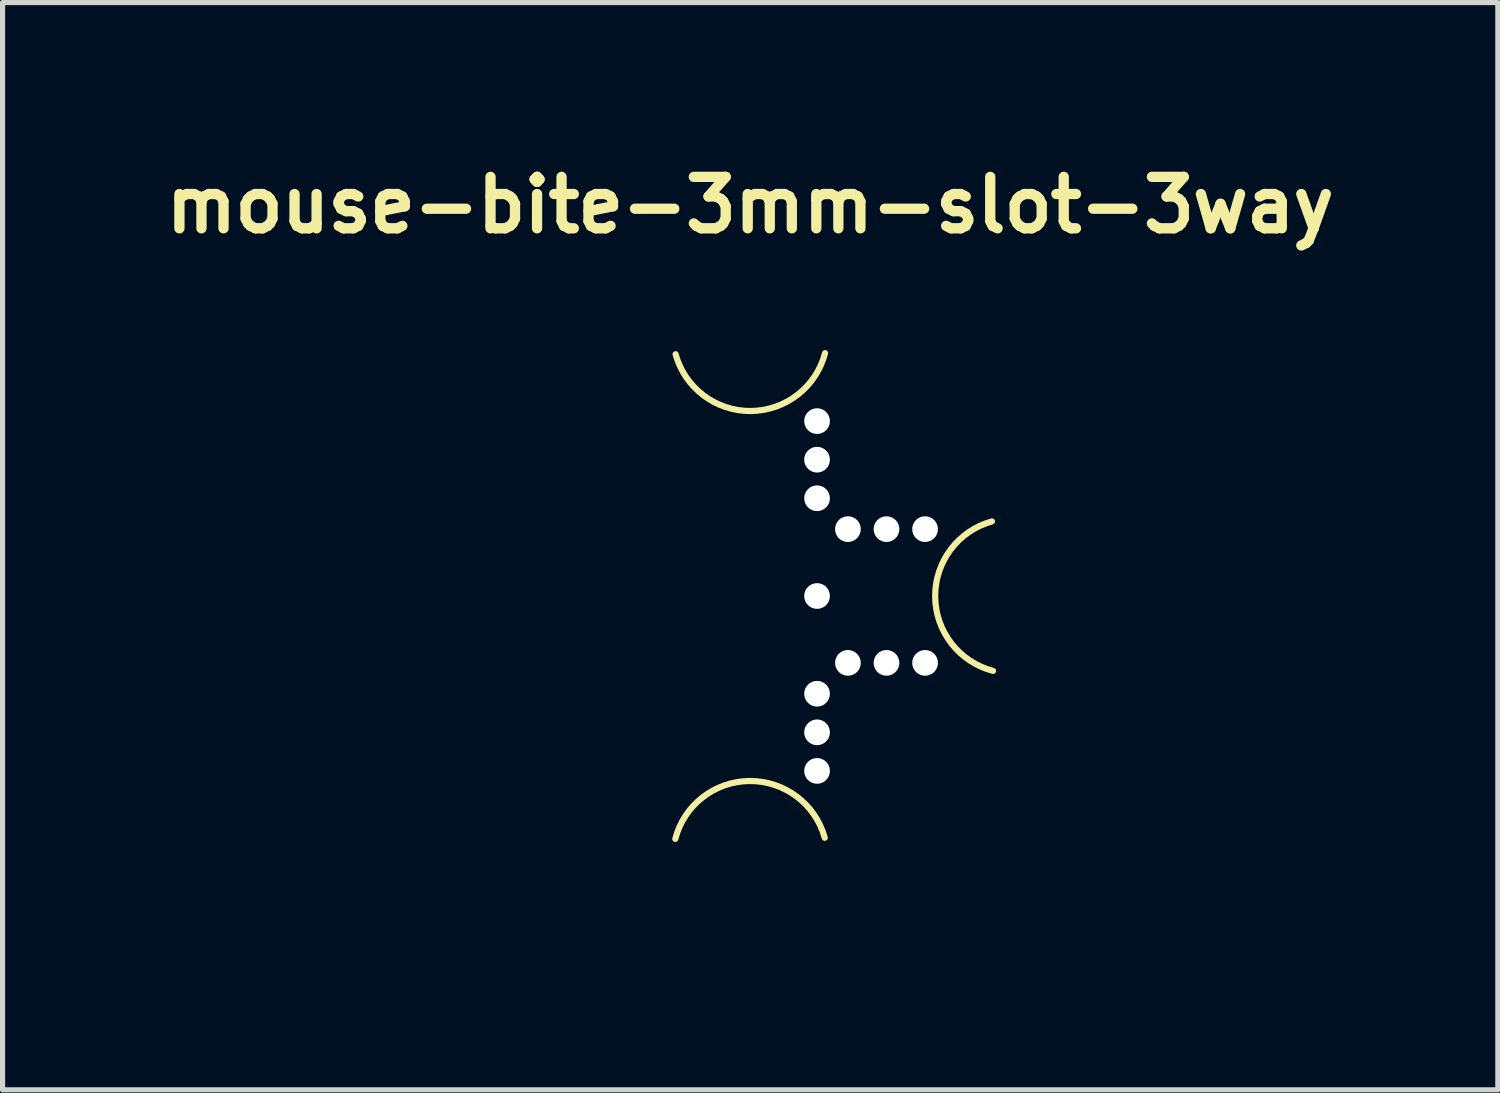
<source format=kicad_pcb>
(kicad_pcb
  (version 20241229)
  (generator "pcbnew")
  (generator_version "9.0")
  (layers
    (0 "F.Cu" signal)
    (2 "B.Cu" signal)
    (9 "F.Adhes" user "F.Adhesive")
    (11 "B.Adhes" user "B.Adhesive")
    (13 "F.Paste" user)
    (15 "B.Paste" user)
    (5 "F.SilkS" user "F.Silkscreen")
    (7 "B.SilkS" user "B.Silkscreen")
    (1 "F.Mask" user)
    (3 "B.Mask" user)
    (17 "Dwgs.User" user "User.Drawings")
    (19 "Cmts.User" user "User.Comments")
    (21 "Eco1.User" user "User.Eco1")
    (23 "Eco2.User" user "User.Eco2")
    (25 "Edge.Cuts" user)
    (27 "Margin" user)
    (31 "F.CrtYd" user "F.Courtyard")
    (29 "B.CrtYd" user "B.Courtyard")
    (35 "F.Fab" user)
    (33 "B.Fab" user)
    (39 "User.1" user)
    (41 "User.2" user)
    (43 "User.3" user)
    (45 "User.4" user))
  (footprint "mouse-bite-3mm-slot-3way"
    (layer "F.Cu")
    (at 11.533 8.536)
    (property "Reference" "mouse-bite-3mm-slot-3way" (at 0 -7.6 0) (layer "F.SilkS") (effects (font (size 1 1) (thickness 0.2))))
    (attr through_hole)
    (fp_arc (start -1.455737 4.72141) (mid -0.011083 3.59588) (end 1.45 4.7) (stroke (width 0.12) (type solid)) (layer "F.SilkS"))
    (fp_arc (start 1.455737 -4.72141) (mid 0.011083 -3.59588) (end -1.45 -4.7) (stroke (width 0.12) (type solid)) (layer "F.SilkS"))
    (fp_arc (start 4.72141 1.455737) (mid 3.59588 0.011083) (end 4.7 -1.45) (stroke (width 0.12) (type solid)) (layer "F.SilkS"))
    (fp_line (start 0 -5.1) (end 0 -5.1) (stroke (width 3) (type solid)) (layer "Eco1.User"))
    (fp_line (start 0 5.1) (end 0 5.1) (stroke (width 3) (type solid)) (layer "Eco1.User"))
    (fp_line (start 5.1 0) (end 5.1 0) (stroke (width 3) (type solid)) (layer "Eco1.User"))
    (pad "" np_thru_hole circle (at 1.3 -3.4 90) (size 0.5 0.5) (drill 0.5) (layers "*.Cu" "*.Mask"))
    (pad "" np_thru_hole circle (at 1.3 -2.65 90) (size 0.5 0.5) (drill 0.5) (layers "*.Cu" "*.Mask"))
    (pad "" np_thru_hole circle (at 1.3 -1.9 90) (size 0.5 0.5) (drill 0.5) (layers "*.Cu" "*.Mask"))
    (pad "" np_thru_hole circle (at 1.3 0 90) (size 0.5 0.5) (drill 0.5) (layers "*.Cu" "*.Mask"))
    (pad "" np_thru_hole circle (at 1.3 1.9 270) (size 0.5 0.5) (drill 0.5) (layers "*.Cu" "*.Mask"))
    (pad "" np_thru_hole circle (at 1.3 2.65 270) (size 0.5 0.5) (drill 0.5) (layers "*.Cu" "*.Mask"))
    (pad "" np_thru_hole circle (at 1.3 3.4 270) (size 0.5 0.5) (drill 0.5) (layers "*.Cu" "*.Mask"))
    (pad "" np_thru_hole circle (at 1.9 -1.3) (size 0.5 0.5) (drill 0.5) (layers "*.Cu" "*.Mask"))
    (pad "" np_thru_hole circle (at 1.9 1.3) (size 0.5 0.5) (drill 0.5) (layers "*.Cu" "*.Mask"))
    (pad "" np_thru_hole circle (at 2.65 -1.3) (size 0.5 0.5) (drill 0.5) (layers "*.Cu" "*.Mask"))
    (pad "" np_thru_hole circle (at 2.65 1.3) (size 0.5 0.5) (drill 0.5) (layers "*.Cu" "*.Mask"))
    (pad "" np_thru_hole circle (at 3.4 -1.3) (size 0.5 0.5) (drill 0.5) (layers "*.Cu" "*.Mask"))
    (pad "" np_thru_hole circle (at 3.4 1.3) (size 0.5 0.5) (drill 0.5) (layers "*.Cu" "*.Mask")))
  (gr_rect
    (start -3 -3)
    (end 26.067 18.136)
    (stroke (width 0.1) (type default))
    (fill no)
    (layer "Edge.Cuts")))
</source>
